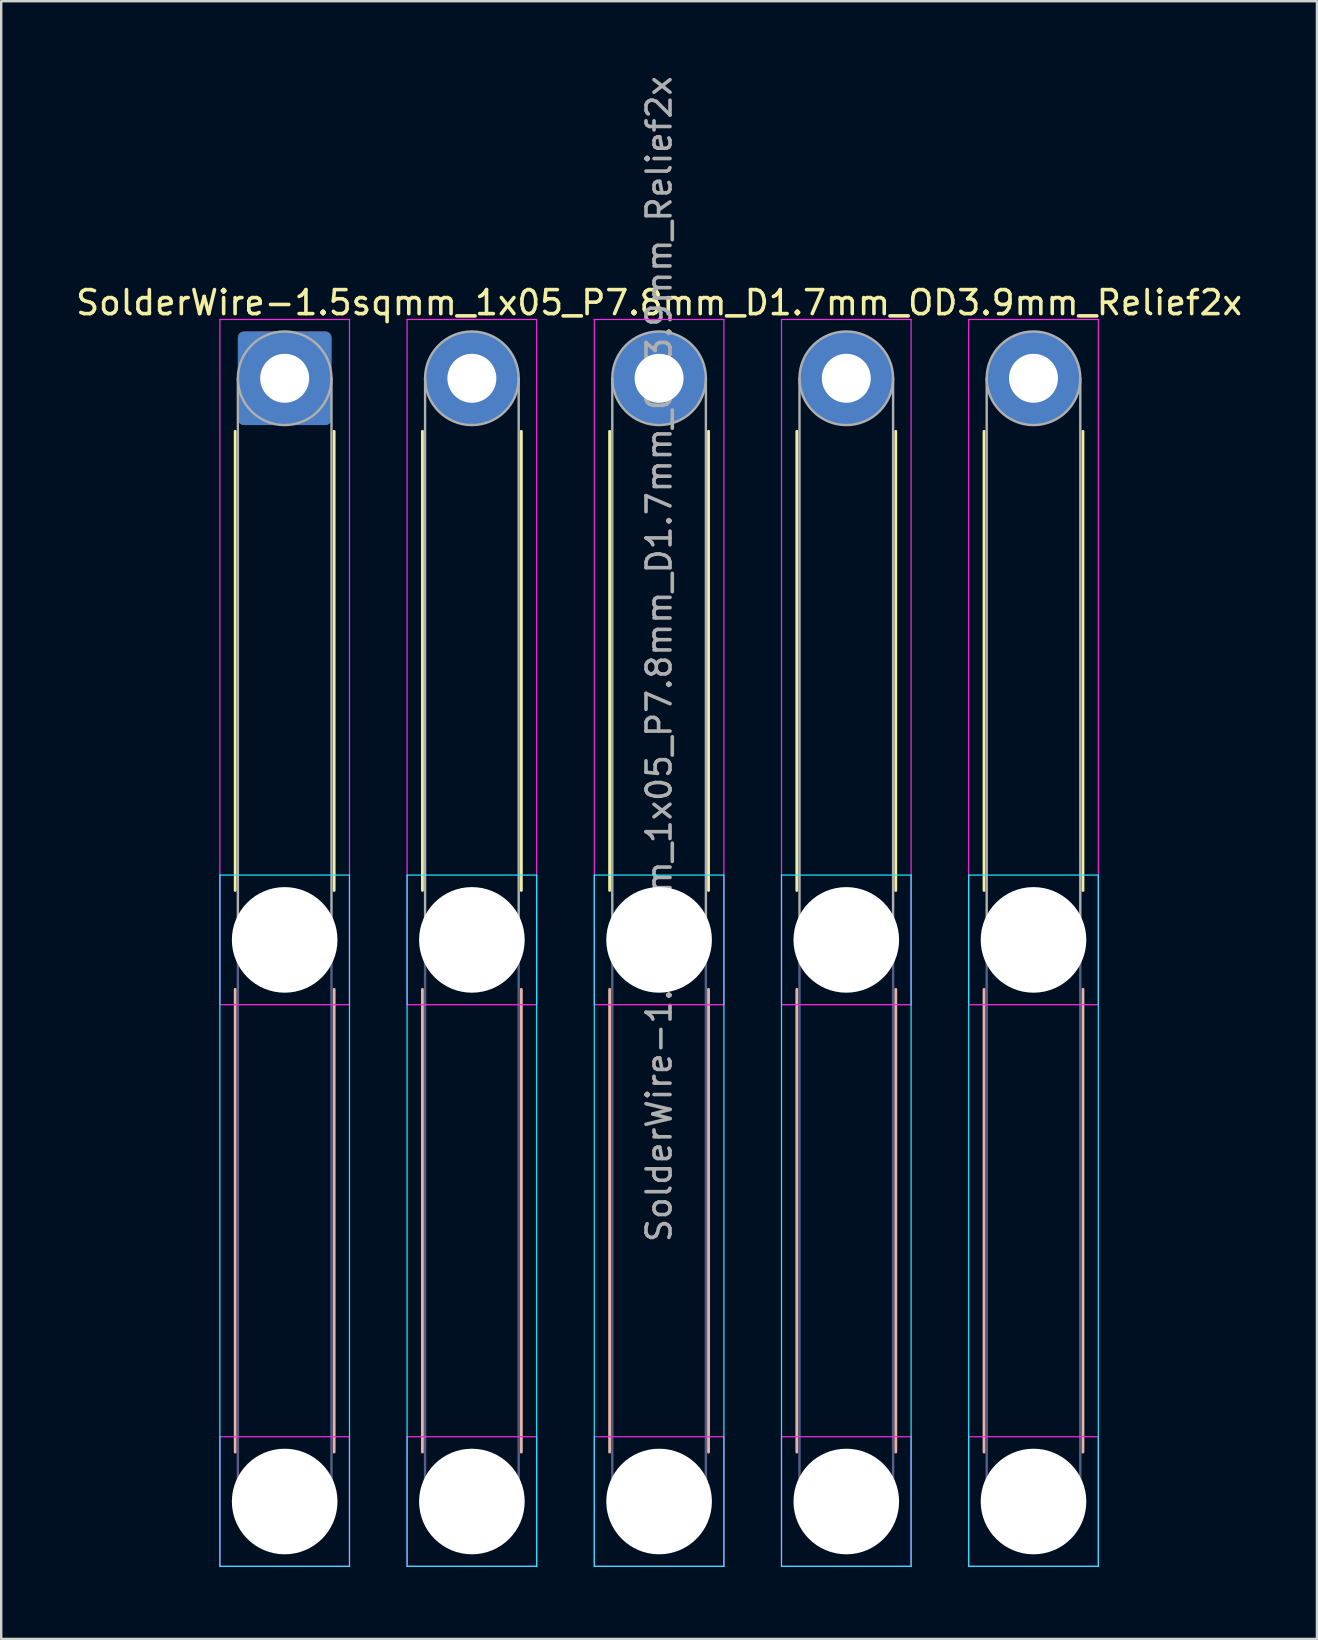
<source format=kicad_pcb>
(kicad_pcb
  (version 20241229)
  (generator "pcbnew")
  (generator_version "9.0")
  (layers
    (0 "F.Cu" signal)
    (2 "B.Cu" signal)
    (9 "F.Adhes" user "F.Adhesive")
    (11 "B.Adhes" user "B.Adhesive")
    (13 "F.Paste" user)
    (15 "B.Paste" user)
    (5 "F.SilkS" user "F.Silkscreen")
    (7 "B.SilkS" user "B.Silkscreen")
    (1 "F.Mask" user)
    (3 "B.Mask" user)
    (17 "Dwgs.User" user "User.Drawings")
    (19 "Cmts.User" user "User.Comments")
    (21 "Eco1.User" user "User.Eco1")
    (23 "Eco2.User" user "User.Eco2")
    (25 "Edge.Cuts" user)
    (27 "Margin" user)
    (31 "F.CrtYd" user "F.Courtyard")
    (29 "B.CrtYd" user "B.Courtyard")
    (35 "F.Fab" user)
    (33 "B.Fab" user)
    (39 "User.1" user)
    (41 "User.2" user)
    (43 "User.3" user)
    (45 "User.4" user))
  (footprint "SolderWire-1.5sqmm_1x05_P7.8mm_D1.7mm_OD3.9mm_Relief2x"
    (layer "F.Cu")
    (at 8.811 12.711)
    (property "Reference" "SolderWire-1.5sqmm_1x05_P7.8mm_D1.7mm_OD3.9mm_Relief2x" (at 15.6 -3.15 0) (layer "F.SilkS") (effects (font (size 1 1) (thickness 0.15))))
    (attr exclude_from_pos_files exclude_from_bom)
    (fp_line (start -2.06 2.21) (end -2.06 21.34) (stroke (width 0.12) (type solid)) (layer "F.SilkS"))
    (fp_line (start 2.06 2.21) (end 2.06 21.34) (stroke (width 0.12) (type solid)) (layer "F.SilkS"))
    (fp_line (start 5.74 2.21) (end 5.74 21.34) (stroke (width 0.12) (type solid)) (layer "F.SilkS"))
    (fp_line (start 9.86 2.21) (end 9.86 21.34) (stroke (width 0.12) (type solid)) (layer "F.SilkS"))
    (fp_line (start 13.54 2.21) (end 13.54 21.34) (stroke (width 0.12) (type solid)) (layer "F.SilkS"))
    (fp_line (start 17.66 2.21) (end 17.66 21.34) (stroke (width 0.12) (type solid)) (layer "F.SilkS"))
    (fp_line (start 21.34 2.21) (end 21.34 21.34) (stroke (width 0.12) (type solid)) (layer "F.SilkS"))
    (fp_line (start 25.46 2.21) (end 25.46 21.34) (stroke (width 0.12) (type solid)) (layer "F.SilkS"))
    (fp_line (start 29.14 2.21) (end 29.14 21.34) (stroke (width 0.12) (type solid)) (layer "F.SilkS"))
    (fp_line (start 33.26 2.21) (end 33.26 21.34) (stroke (width 0.12) (type solid)) (layer "F.SilkS"))
    (fp_line (start -2.06 25.46) (end -2.06 44.74) (stroke (width 0.12) (type solid)) (layer "B.SilkS"))
    (fp_line (start 2.06 25.46) (end 2.06 44.74) (stroke (width 0.12) (type solid)) (layer "B.SilkS"))
    (fp_line (start 5.74 25.46) (end 5.74 44.74) (stroke (width 0.12) (type solid)) (layer "B.SilkS"))
    (fp_line (start 9.86 25.46) (end 9.86 44.74) (stroke (width 0.12) (type solid)) (layer "B.SilkS"))
    (fp_line (start 13.54 25.46) (end 13.54 44.74) (stroke (width 0.12) (type solid)) (layer "B.SilkS"))
    (fp_line (start 17.66 25.46) (end 17.66 44.74) (stroke (width 0.12) (type solid)) (layer "B.SilkS"))
    (fp_line (start 21.34 25.46) (end 21.34 44.74) (stroke (width 0.12) (type solid)) (layer "B.SilkS"))
    (fp_line (start 25.46 25.46) (end 25.46 44.74) (stroke (width 0.12) (type solid)) (layer "B.SilkS"))
    (fp_line (start 29.14 25.46) (end 29.14 44.74) (stroke (width 0.12) (type solid)) (layer "B.SilkS"))
    (fp_line (start 33.26 25.46) (end 33.26 44.74) (stroke (width 0.12) (type solid)) (layer "B.SilkS"))
    (fp_line (start -2.7 20.7) (end -2.7 49.5) (stroke (width 0.05) (type solid)) (layer "B.CrtYd"))
    (fp_line (start -2.7 49.5) (end 2.7 49.5) (stroke (width 0.05) (type solid)) (layer "B.CrtYd"))
    (fp_line (start 2.7 20.7) (end -2.7 20.7) (stroke (width 0.05) (type solid)) (layer "B.CrtYd"))
    (fp_line (start 2.7 49.5) (end 2.7 20.7) (stroke (width 0.05) (type solid)) (layer "B.CrtYd"))
    (fp_line (start 5.1 20.7) (end 5.1 49.5) (stroke (width 0.05) (type solid)) (layer "B.CrtYd"))
    (fp_line (start 5.1 49.5) (end 10.5 49.5) (stroke (width 0.05) (type solid)) (layer "B.CrtYd"))
    (fp_line (start 10.5 20.7) (end 5.1 20.7) (stroke (width 0.05) (type solid)) (layer "B.CrtYd"))
    (fp_line (start 10.5 49.5) (end 10.5 20.7) (stroke (width 0.05) (type solid)) (layer "B.CrtYd"))
    (fp_line (start 12.9 20.7) (end 12.9 49.5) (stroke (width 0.05) (type solid)) (layer "B.CrtYd"))
    (fp_line (start 12.9 49.5) (end 18.3 49.5) (stroke (width 0.05) (type solid)) (layer "B.CrtYd"))
    (fp_line (start 18.3 20.7) (end 12.9 20.7) (stroke (width 0.05) (type solid)) (layer "B.CrtYd"))
    (fp_line (start 18.3 49.5) (end 18.3 20.7) (stroke (width 0.05) (type solid)) (layer "B.CrtYd"))
    (fp_line (start 20.7 20.7) (end 20.7 49.5) (stroke (width 0.05) (type solid)) (layer "B.CrtYd"))
    (fp_line (start 20.7 49.5) (end 26.1 49.5) (stroke (width 0.05) (type solid)) (layer "B.CrtYd"))
    (fp_line (start 26.1 20.7) (end 20.7 20.7) (stroke (width 0.05) (type solid)) (layer "B.CrtYd"))
    (fp_line (start 26.1 49.5) (end 26.1 20.7) (stroke (width 0.05) (type solid)) (layer "B.CrtYd"))
    (fp_line (start 28.5 20.7) (end 28.5 49.5) (stroke (width 0.05) (type solid)) (layer "B.CrtYd"))
    (fp_line (start 28.5 49.5) (end 33.9 49.5) (stroke (width 0.05) (type solid)) (layer "B.CrtYd"))
    (fp_line (start 33.9 20.7) (end 28.5 20.7) (stroke (width 0.05) (type solid)) (layer "B.CrtYd"))
    (fp_line (start 33.9 49.5) (end 33.9 20.7) (stroke (width 0.05) (type solid)) (layer "B.CrtYd"))
    (fp_line (start -2.7 -2.45) (end -2.7 26.1) (stroke (width 0.05) (type solid)) (layer "F.CrtYd"))
    (fp_line (start -2.7 26.1) (end 2.7 26.1) (stroke (width 0.05) (type solid)) (layer "F.CrtYd"))
    (fp_line (start -2.7 44.1) (end -2.7 49.5) (stroke (width 0.05) (type solid)) (layer "F.CrtYd"))
    (fp_line (start -2.7 49.5) (end 2.7 49.5) (stroke (width 0.05) (type solid)) (layer "F.CrtYd"))
    (fp_line (start 2.7 -2.45) (end -2.7 -2.45) (stroke (width 0.05) (type solid)) (layer "F.CrtYd"))
    (fp_line (start 2.7 26.1) (end 2.7 -2.45) (stroke (width 0.05) (type solid)) (layer "F.CrtYd"))
    (fp_line (start 2.7 44.1) (end -2.7 44.1) (stroke (width 0.05) (type solid)) (layer "F.CrtYd"))
    (fp_line (start 2.7 49.5) (end 2.7 44.1) (stroke (width 0.05) (type solid)) (layer "F.CrtYd"))
    (fp_line (start 5.1 -2.45) (end 5.1 26.1) (stroke (width 0.05) (type solid)) (layer "F.CrtYd"))
    (fp_line (start 5.1 26.1) (end 10.5 26.1) (stroke (width 0.05) (type solid)) (layer "F.CrtYd"))
    (fp_line (start 5.1 44.1) (end 5.1 49.5) (stroke (width 0.05) (type solid)) (layer "F.CrtYd"))
    (fp_line (start 5.1 49.5) (end 10.5 49.5) (stroke (width 0.05) (type solid)) (layer "F.CrtYd"))
    (fp_line (start 10.5 -2.45) (end 5.1 -2.45) (stroke (width 0.05) (type solid)) (layer "F.CrtYd"))
    (fp_line (start 10.5 26.1) (end 10.5 -2.45) (stroke (width 0.05) (type solid)) (layer "F.CrtYd"))
    (fp_line (start 10.5 44.1) (end 5.1 44.1) (stroke (width 0.05) (type solid)) (layer "F.CrtYd"))
    (fp_line (start 10.5 49.5) (end 10.5 44.1) (stroke (width 0.05) (type solid)) (layer "F.CrtYd"))
    (fp_line (start 12.9 -2.45) (end 12.9 26.1) (stroke (width 0.05) (type solid)) (layer "F.CrtYd"))
    (fp_line (start 12.9 26.1) (end 18.3 26.1) (stroke (width 0.05) (type solid)) (layer "F.CrtYd"))
    (fp_line (start 12.9 44.1) (end 12.9 49.5) (stroke (width 0.05) (type solid)) (layer "F.CrtYd"))
    (fp_line (start 12.9 49.5) (end 18.3 49.5) (stroke (width 0.05) (type solid)) (layer "F.CrtYd"))
    (fp_line (start 18.3 -2.45) (end 12.9 -2.45) (stroke (width 0.05) (type solid)) (layer "F.CrtYd"))
    (fp_line (start 18.3 26.1) (end 18.3 -2.45) (stroke (width 0.05) (type solid)) (layer "F.CrtYd"))
    (fp_line (start 18.3 44.1) (end 12.9 44.1) (stroke (width 0.05) (type solid)) (layer "F.CrtYd"))
    (fp_line (start 18.3 49.5) (end 18.3 44.1) (stroke (width 0.05) (type solid)) (layer "F.CrtYd"))
    (fp_line (start 20.7 -2.45) (end 20.7 26.1) (stroke (width 0.05) (type solid)) (layer "F.CrtYd"))
    (fp_line (start 20.7 26.1) (end 26.1 26.1) (stroke (width 0.05) (type solid)) (layer "F.CrtYd"))
    (fp_line (start 20.7 44.1) (end 20.7 49.5) (stroke (width 0.05) (type solid)) (layer "F.CrtYd"))
    (fp_line (start 20.7 49.5) (end 26.1 49.5) (stroke (width 0.05) (type solid)) (layer "F.CrtYd"))
    (fp_line (start 26.1 -2.45) (end 20.7 -2.45) (stroke (width 0.05) (type solid)) (layer "F.CrtYd"))
    (fp_line (start 26.1 26.1) (end 26.1 -2.45) (stroke (width 0.05) (type solid)) (layer "F.CrtYd"))
    (fp_line (start 26.1 44.1) (end 20.7 44.1) (stroke (width 0.05) (type solid)) (layer "F.CrtYd"))
    (fp_line (start 26.1 49.5) (end 26.1 44.1) (stroke (width 0.05) (type solid)) (layer "F.CrtYd"))
    (fp_line (start 28.5 -2.45) (end 28.5 26.1) (stroke (width 0.05) (type solid)) (layer "F.CrtYd"))
    (fp_line (start 28.5 26.1) (end 33.9 26.1) (stroke (width 0.05) (type solid)) (layer "F.CrtYd"))
    (fp_line (start 28.5 44.1) (end 28.5 49.5) (stroke (width 0.05) (type solid)) (layer "F.CrtYd"))
    (fp_line (start 28.5 49.5) (end 33.9 49.5) (stroke (width 0.05) (type solid)) (layer "F.CrtYd"))
    (fp_line (start 33.9 -2.45) (end 28.5 -2.45) (stroke (width 0.05) (type solid)) (layer "F.CrtYd"))
    (fp_line (start 33.9 26.1) (end 33.9 -2.45) (stroke (width 0.05) (type solid)) (layer "F.CrtYd"))
    (fp_line (start 33.9 44.1) (end 28.5 44.1) (stroke (width 0.05) (type solid)) (layer "F.CrtYd"))
    (fp_line (start 33.9 49.5) (end 33.9 44.1) (stroke (width 0.05) (type solid)) (layer "F.CrtYd"))
    (fp_line (start -1.95 23.4) (end -1.95 46.8) (stroke (width 0.1) (type solid)) (layer "B.Fab"))
    (fp_line (start 1.95 23.4) (end 1.95 46.8) (stroke (width 0.1) (type solid)) (layer "B.Fab"))
    (fp_line (start 5.85 23.4) (end 5.85 46.8) (stroke (width 0.1) (type solid)) (layer "B.Fab"))
    (fp_line (start 9.75 23.4) (end 9.75 46.8) (stroke (width 0.1) (type solid)) (layer "B.Fab"))
    (fp_line (start 13.65 23.4) (end 13.65 46.8) (stroke (width 0.1) (type solid)) (layer "B.Fab"))
    (fp_line (start 17.55 23.4) (end 17.55 46.8) (stroke (width 0.1) (type solid)) (layer "B.Fab"))
    (fp_line (start 21.45 23.4) (end 21.45 46.8) (stroke (width 0.1) (type solid)) (layer "B.Fab"))
    (fp_line (start 25.35 23.4) (end 25.35 46.8) (stroke (width 0.1) (type solid)) (layer "B.Fab"))
    (fp_line (start 29.25 23.4) (end 29.25 46.8) (stroke (width 0.1) (type solid)) (layer "B.Fab"))
    (fp_line (start 33.15 23.4) (end 33.15 46.8) (stroke (width 0.1) (type solid)) (layer "B.Fab"))
    (fp_circle (center 0 23.4) (end 1.95 23.4) (stroke (width 0.1) (type solid)) (fill no) (layer "B.Fab"))
    (fp_circle (center 0 46.8) (end 1.95 46.8) (stroke (width 0.1) (type solid)) (fill no) (layer "B.Fab"))
    (fp_circle (center 7.8 23.4) (end 9.75 23.4) (stroke (width 0.1) (type solid)) (fill no) (layer "B.Fab"))
    (fp_circle (center 7.8 46.8) (end 9.75 46.8) (stroke (width 0.1) (type solid)) (fill no) (layer "B.Fab"))
    (fp_circle (center 15.6 23.4) (end 17.55 23.4) (stroke (width 0.1) (type solid)) (fill no) (layer "B.Fab"))
    (fp_circle (center 15.6 46.8) (end 17.55 46.8) (stroke (width 0.1) (type solid)) (fill no) (layer "B.Fab"))
    (fp_circle (center 23.4 23.4) (end 25.35 23.4) (stroke (width 0.1) (type solid)) (fill no) (layer "B.Fab"))
    (fp_circle (center 23.4 46.8) (end 25.35 46.8) (stroke (width 0.1) (type solid)) (fill no) (layer "B.Fab"))
    (fp_circle (center 31.2 23.4) (end 33.15 23.4) (stroke (width 0.1) (type solid)) (fill no) (layer "B.Fab"))
    (fp_circle (center 31.2 46.8) (end 33.15 46.8) (stroke (width 0.1) (type solid)) (fill no) (layer "B.Fab"))
    (fp_line (start -1.95 0) (end -1.95 23.4) (stroke (width 0.1) (type solid)) (layer "F.Fab"))
    (fp_line (start 1.95 0) (end 1.95 23.4) (stroke (width 0.1) (type solid)) (layer "F.Fab"))
    (fp_line (start 5.85 0) (end 5.85 23.4) (stroke (width 0.1) (type solid)) (layer "F.Fab"))
    (fp_line (start 9.75 0) (end 9.75 23.4) (stroke (width 0.1) (type solid)) (layer "F.Fab"))
    (fp_line (start 13.65 0) (end 13.65 23.4) (stroke (width 0.1) (type solid)) (layer "F.Fab"))
    (fp_line (start 17.55 0) (end 17.55 23.4) (stroke (width 0.1) (type solid)) (layer "F.Fab"))
    (fp_line (start 21.45 0) (end 21.45 23.4) (stroke (width 0.1) (type solid)) (layer "F.Fab"))
    (fp_line (start 25.35 0) (end 25.35 23.4) (stroke (width 0.1) (type solid)) (layer "F.Fab"))
    (fp_line (start 29.25 0) (end 29.25 23.4) (stroke (width 0.1) (type solid)) (layer "F.Fab"))
    (fp_line (start 33.15 0) (end 33.15 23.4) (stroke (width 0.1) (type solid)) (layer "F.Fab"))
    (fp_circle (center 0 0) (end 1.95 0) (stroke (width 0.1) (type solid)) (fill no) (layer "F.Fab"))
    (fp_circle (center 0 23.4) (end 1.95 23.4) (stroke (width 0.1) (type solid)) (fill no) (layer "F.Fab"))
    (fp_circle (center 0 46.8) (end 1.95 46.8) (stroke (width 0.1) (type solid)) (fill no) (layer "F.Fab"))
    (fp_circle (center 7.8 0) (end 9.75 0) (stroke (width 0.1) (type solid)) (fill no) (layer "F.Fab"))
    (fp_circle (center 7.8 23.4) (end 9.75 23.4) (stroke (width 0.1) (type solid)) (fill no) (layer "F.Fab"))
    (fp_circle (center 7.8 46.8) (end 9.75 46.8) (stroke (width 0.1) (type solid)) (fill no) (layer "F.Fab"))
    (fp_circle (center 15.6 0) (end 17.55 0) (stroke (width 0.1) (type solid)) (fill no) (layer "F.Fab"))
    (fp_circle (center 15.6 23.4) (end 17.55 23.4) (stroke (width 0.1) (type solid)) (fill no) (layer "F.Fab"))
    (fp_circle (center 15.6 46.8) (end 17.55 46.8) (stroke (width 0.1) (type solid)) (fill no) (layer "F.Fab"))
    (fp_circle (center 23.4 0) (end 25.35 0) (stroke (width 0.1) (type solid)) (fill no) (layer "F.Fab"))
    (fp_circle (center 23.4 23.4) (end 25.35 23.4) (stroke (width 0.1) (type solid)) (fill no) (layer "F.Fab"))
    (fp_circle (center 23.4 46.8) (end 25.35 46.8) (stroke (width 0.1) (type solid)) (fill no) (layer "F.Fab"))
    (fp_circle (center 31.2 0) (end 33.15 0) (stroke (width 0.1) (type solid)) (fill no) (layer "F.Fab"))
    (fp_circle (center 31.2 23.4) (end 33.15 23.4) (stroke (width 0.1) (type solid)) (fill no) (layer "F.Fab"))
    (fp_circle (center 31.2 46.8) (end 33.15 46.8) (stroke (width 0.1) (type solid)) (fill no) (layer "F.Fab"))
    (fp_text user "${REFERENCE}" (at 15.6 11.7 90) (layer "F.Fab") (effects (font (size 1 1) (thickness 0.15))))
    (pad "" np_thru_hole circle (at 0 23.4) (size 4.4 4.4) (drill 4.4) (layers "*.Cu" "*.Mask"))
    (pad "" np_thru_hole circle (at 0 46.8) (size 4.4 4.4) (drill 4.4) (layers "*.Cu" "*.Mask"))
    (pad "" np_thru_hole circle (at 7.8 23.4) (size 4.4 4.4) (drill 4.4) (layers "*.Cu" "*.Mask"))
    (pad "" np_thru_hole circle (at 7.8 46.8) (size 4.4 4.4) (drill 4.4) (layers "*.Cu" "*.Mask"))
    (pad "" np_thru_hole circle (at 15.6 23.4) (size 4.4 4.4) (drill 4.4) (layers "*.Cu" "*.Mask"))
    (pad "" np_thru_hole circle (at 15.6 46.8) (size 4.4 4.4) (drill 4.4) (layers "*.Cu" "*.Mask"))
    (pad "" np_thru_hole circle (at 23.4 23.4) (size 4.4 4.4) (drill 4.4) (layers "*.Cu" "*.Mask"))
    (pad "" np_thru_hole circle (at 23.4 46.8) (size 4.4 4.4) (drill 4.4) (layers "*.Cu" "*.Mask"))
    (pad "" np_thru_hole circle (at 31.2 23.4) (size 4.4 4.4) (drill 4.4) (layers "*.Cu" "*.Mask"))
    (pad "" np_thru_hole circle (at 31.2 46.8) (size 4.4 4.4) (drill 4.4) (layers "*.Cu" "*.Mask"))
    (pad "1" thru_hole roundrect (at 0 0) (size 3.9 3.9) (drill 2.04) (layers "*.Cu" "*.Mask") (roundrect_rratio 0.064))
    (pad "2" thru_hole circle (at 7.8 0) (size 3.9 3.9) (drill 2.04) (layers "*.Cu" "*.Mask"))
    (pad "3" thru_hole circle (at 15.6 0) (size 3.9 3.9) (drill 2.04) (layers "*.Cu" "*.Mask"))
    (pad "4" thru_hole circle (at 23.4 0) (size 3.9 3.9) (drill 2.04) (layers "*.Cu" "*.Mask"))
    (pad "5" thru_hole circle (at 31.2 0) (size 3.9 3.9) (drill 2.04) (layers "*.Cu" "*.Mask")))
  (gr_rect
    (start -3 -3)
    (end 51.821 65.236)
    (stroke (width 0.1) (type default))
    (fill no)
    (layer "Edge.Cuts")))
</source>
